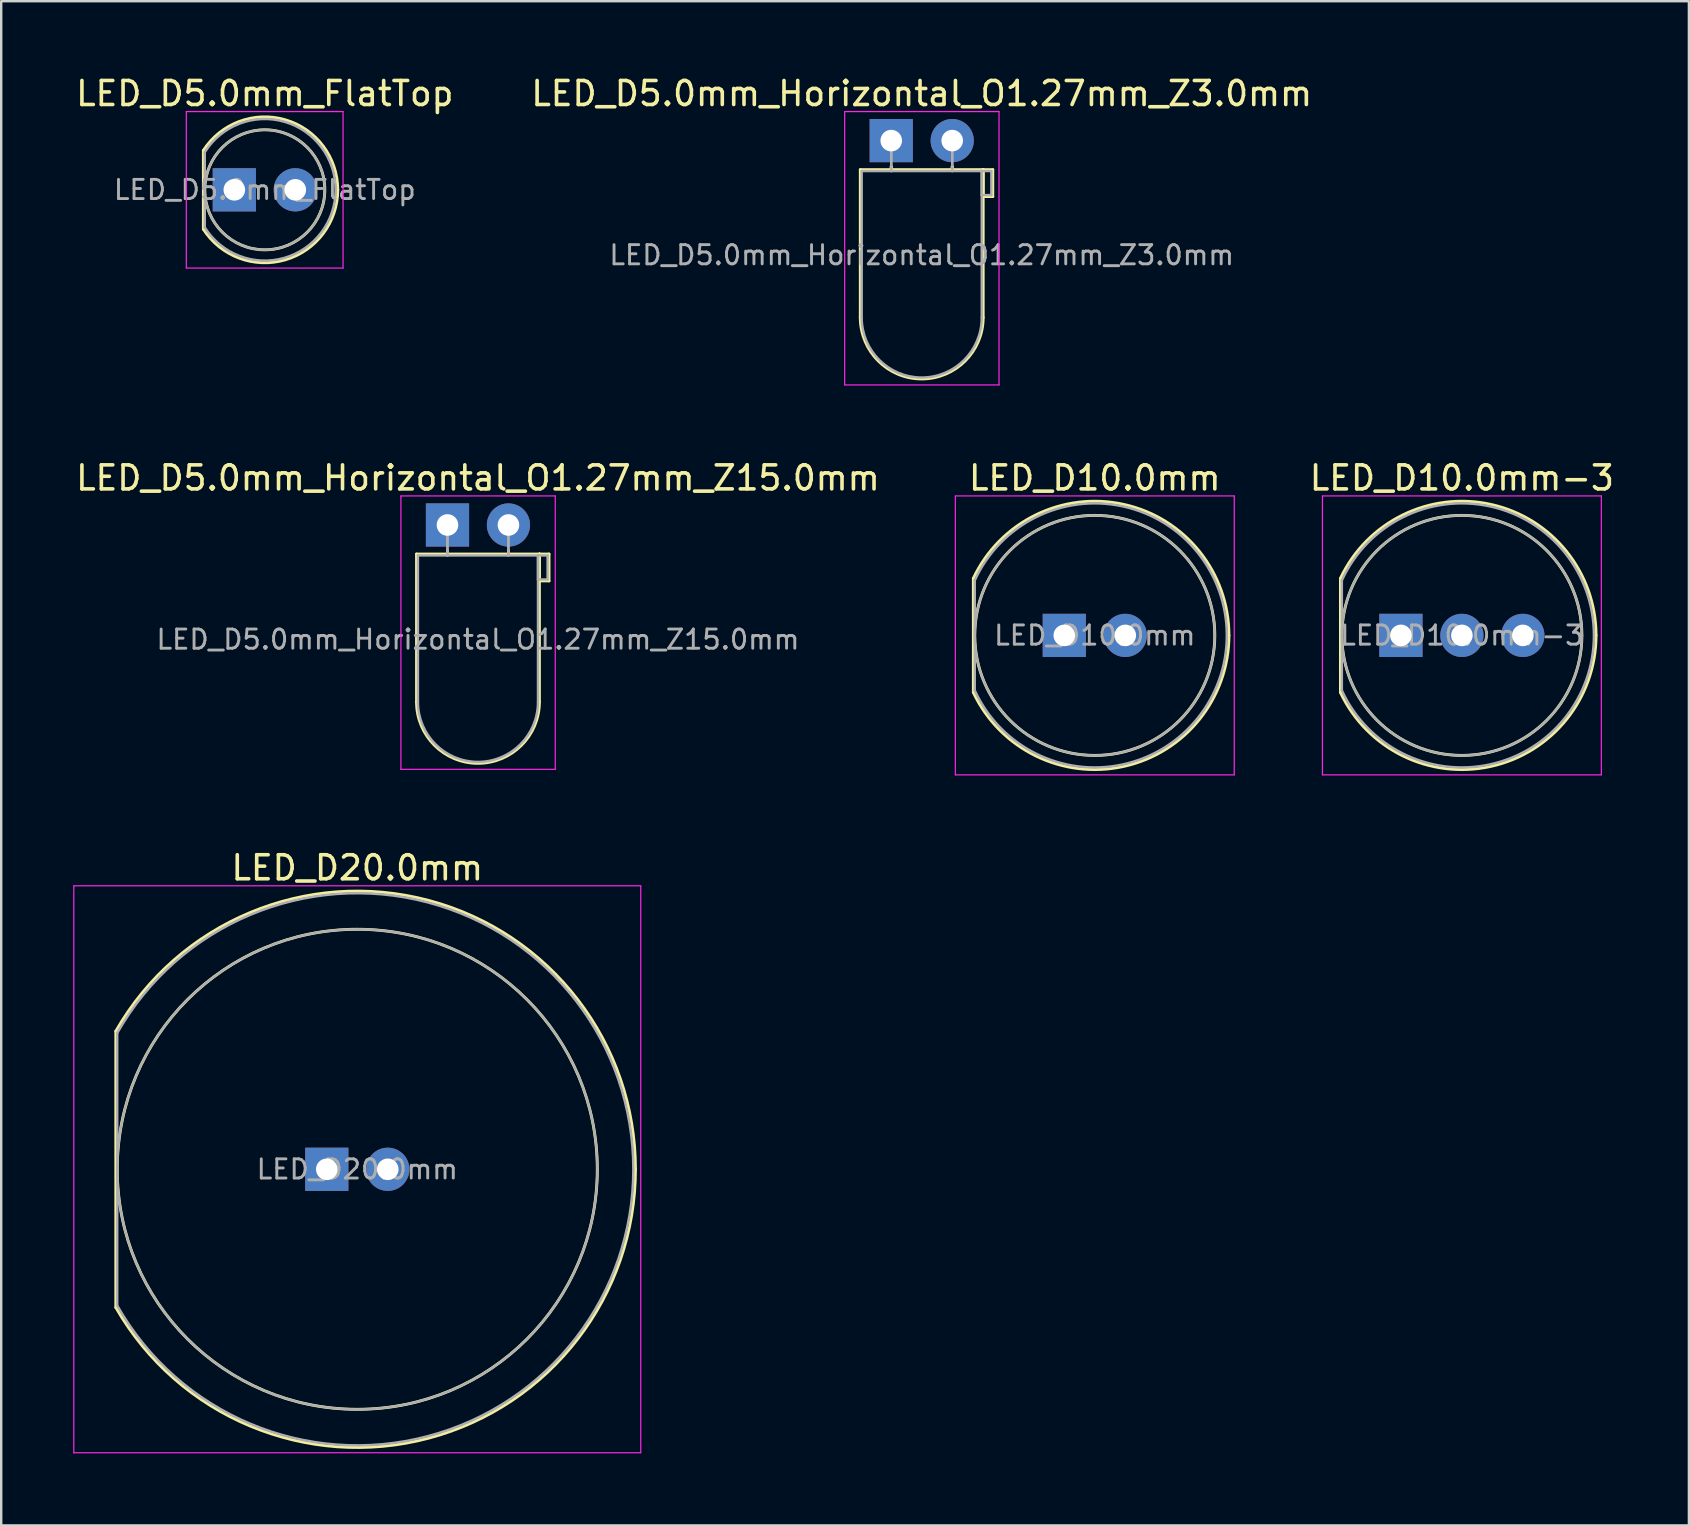
<source format=kicad_pcb>
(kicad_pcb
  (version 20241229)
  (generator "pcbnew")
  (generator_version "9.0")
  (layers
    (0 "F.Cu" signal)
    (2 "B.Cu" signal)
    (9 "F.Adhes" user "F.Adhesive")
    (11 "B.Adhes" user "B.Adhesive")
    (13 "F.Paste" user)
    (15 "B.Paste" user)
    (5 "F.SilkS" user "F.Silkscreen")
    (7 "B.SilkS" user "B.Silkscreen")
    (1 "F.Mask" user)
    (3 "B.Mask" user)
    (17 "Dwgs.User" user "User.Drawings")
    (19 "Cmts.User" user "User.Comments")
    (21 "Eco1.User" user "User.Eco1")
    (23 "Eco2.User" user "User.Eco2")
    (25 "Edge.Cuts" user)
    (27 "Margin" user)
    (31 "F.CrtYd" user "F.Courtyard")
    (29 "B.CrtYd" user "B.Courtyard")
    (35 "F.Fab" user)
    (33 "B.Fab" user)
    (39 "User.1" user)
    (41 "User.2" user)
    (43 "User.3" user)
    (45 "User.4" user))
  (footprint "LED_D5.0mm_Horizontal_O1.27mm_Z15.0mm"
    (layer "F.Cu")
    (at 15.593 18.822)
    (property "Reference" "LED_D5.0mm_Horizontal_O1.27mm_Z15.0mm" (at 1.27 -1.96 0) (layer "F.SilkS") (effects (font (size 1 1) (thickness 0.15))))
    (attr through_hole)
    (fp_line (start -1.29 1.21) (end -1.29 7.37) (stroke (width 0.12) (type solid)) (layer "F.SilkS"))
    (fp_line (start -1.29 1.21) (end 3.83 1.21) (stroke (width 0.12) (type solid)) (layer "F.SilkS"))
    (fp_line (start 0 1.08) (end 0 1.21) (stroke (width 0.12) (type solid)) (layer "F.SilkS"))
    (fp_line (start 0 1.21) (end 0 1.08) (stroke (width 0.12) (type solid)) (layer "F.SilkS"))
    (fp_line (start 2.54 1.08) (end 2.54 1.21) (stroke (width 0.12) (type solid)) (layer "F.SilkS"))
    (fp_line (start 2.54 1.21) (end 2.54 1.08) (stroke (width 0.12) (type solid)) (layer "F.SilkS"))
    (fp_line (start 3.83 1.21) (end 3.83 7.37) (stroke (width 0.12) (type solid)) (layer "F.SilkS"))
    (fp_line (start 3.83 1.21) (end 4.23 1.21) (stroke (width 0.12) (type solid)) (layer "F.SilkS"))
    (fp_line (start 3.83 2.33) (end 3.83 1.21) (stroke (width 0.12) (type solid)) (layer "F.SilkS"))
    (fp_line (start 4.23 1.21) (end 4.23 2.33) (stroke (width 0.12) (type solid)) (layer "F.SilkS"))
    (fp_line (start 4.23 2.33) (end 3.83 2.33) (stroke (width 0.12) (type solid)) (layer "F.SilkS"))
    (fp_arc (start 3.83 7.37) (mid 1.27 9.93) (end -1.29 7.37) (stroke (width 0.12) (type solid)) (layer "F.SilkS"))
    (fp_line (start -1.94 -1.21) (end -1.94 10.18) (stroke (width 0.05) (type solid)) (layer "F.CrtYd"))
    (fp_line (start -1.94 10.18) (end 4.49 10.18) (stroke (width 0.05) (type solid)) (layer "F.CrtYd"))
    (fp_line (start 4.49 -1.21) (end -1.94 -1.21) (stroke (width 0.05) (type solid)) (layer "F.CrtYd"))
    (fp_line (start 4.49 10.18) (end 4.49 -1.21) (stroke (width 0.05) (type solid)) (layer "F.CrtYd"))
    (fp_line (start -1.23 1.27) (end -1.23 7.37) (stroke (width 0.1) (type solid)) (layer "F.Fab"))
    (fp_line (start -1.23 1.27) (end 3.77 1.27) (stroke (width 0.1) (type solid)) (layer "F.Fab"))
    (fp_line (start 0 0) (end 0 1.27) (stroke (width 0.1) (type solid)) (layer "F.Fab"))
    (fp_line (start 0 1.27) (end 0 0) (stroke (width 0.1) (type solid)) (layer "F.Fab"))
    (fp_line (start 2.54 0) (end 2.54 1.27) (stroke (width 0.1) (type solid)) (layer "F.Fab"))
    (fp_line (start 2.54 1.27) (end 2.54 0) (stroke (width 0.1) (type solid)) (layer "F.Fab"))
    (fp_line (start 3.77 1.27) (end 3.77 7.37) (stroke (width 0.1) (type solid)) (layer "F.Fab"))
    (fp_line (start 3.77 1.27) (end 4.17 1.27) (stroke (width 0.1) (type solid)) (layer "F.Fab"))
    (fp_line (start 3.77 2.27) (end 3.77 1.27) (stroke (width 0.1) (type solid)) (layer "F.Fab"))
    (fp_line (start 4.17 1.27) (end 4.17 2.27) (stroke (width 0.1) (type solid)) (layer "F.Fab"))
    (fp_line (start 4.17 2.27) (end 3.77 2.27) (stroke (width 0.1) (type solid)) (layer "F.Fab"))
    (fp_arc (start 3.77 7.37) (mid 1.27 9.87) (end -1.23 7.37) (stroke (width 0.1) (type solid)) (layer "F.Fab"))
    (fp_text user "${REFERENCE}" (at 1.27 4.77 0) (layer "F.Fab") (effects (font (size 0.8 0.8) (thickness 0.12))))
    (pad "1" thru_hole rect (at 0 0) (size 1.8 1.8) (drill 0.9) (layers "*.Cu" "*.Mask"))
    (pad "2" thru_hole circle (at 2.54 0) (size 1.8 1.8) (drill 0.9) (layers "*.Cu" "*.Mask")))
  (footprint "LED_D10.0mm"
    (layer "F.Cu")
    (at 41.291 23.422)
    (property "Reference" "LED_D10.0mm" (at 1.27 -6.56 0) (layer "F.SilkS") (effects (font (size 1 1) (thickness 0.15))))
    (attr through_hole)
    (fp_line (start -3.79 -2.376) (end -3.79 2.376) (stroke (width 0.12) (type solid)) (layer "F.SilkS"))
    (fp_arc (start -3.79 -2.375816) (mid 2.487107 -5.455891) (end 6.86 0) (stroke (width 0.12) (type solid)) (layer "F.SilkS"))
    (fp_arc (start 6.86 0) (mid 2.487107 5.455891) (end -3.79 2.375816) (stroke (width 0.12) (type solid)) (layer "F.SilkS"))
    (fp_circle (center 1.27 0) (end 6.27 0) (stroke (width 0.12) (type solid)) (fill no) (layer "F.SilkS"))
    (fp_line (start -4.54 -5.81) (end -4.54 5.81) (stroke (width 0.05) (type solid)) (layer "F.CrtYd"))
    (fp_line (start -4.54 5.81) (end 7.08 5.81) (stroke (width 0.05) (type solid)) (layer "F.CrtYd"))
    (fp_line (start 7.08 -5.81) (end -4.54 -5.81) (stroke (width 0.05) (type solid)) (layer "F.CrtYd"))
    (fp_line (start 7.08 5.81) (end 7.08 -5.81) (stroke (width 0.05) (type solid)) (layer "F.CrtYd"))
    (fp_line (start -3.73 -2.291) (end -3.73 2.291) (stroke (width 0.1) (type solid)) (layer "F.Fab"))
    (fp_arc (start -3.73 -2.291288) (mid 6.77 0) (end -3.73 2.291288) (stroke (width 0.1) (type solid)) (layer "F.Fab"))
    (fp_circle (center 1.27 0) (end 6.27 0) (stroke (width 0.1) (type solid)) (fill no) (layer "F.Fab"))
    (fp_text user "${REFERENCE}" (at 1.27 0 0) (layer "F.Fab") (effects (font (size 0.8 0.8) (thickness 0.12))))
    (pad "1" thru_hole rect (at 0 0) (size 1.8 1.8) (drill 0.9) (layers "*.Cu" "*.Mask"))
    (pad "2" thru_hole circle (at 2.54 0) (size 1.8 1.8) (drill 0.9) (layers "*.Cu" "*.Mask")))
  (footprint "LED_D5.0mm_FlatTop"
    (layer "F.Cu")
    (at 6.712 4.858)
    (property "Reference" "LED_D5.0mm_FlatTop" (at 1.27 -4.01 0) (layer "F.SilkS") (effects (font (size 1 1) (thickness 0.15))))
    (attr through_hole)
    (fp_line (start -1.29 -1.64) (end -1.29 1.64) (stroke (width 0.12) (type solid)) (layer "F.SilkS"))
    (fp_arc (start -1.29 -1.639512) (mid 2.124166 -2.917533) (end 4.31 0) (stroke (width 0.12) (type solid)) (layer "F.SilkS"))
    (fp_arc (start 4.31 0) (mid 2.124166 2.917533) (end -1.29 1.639512) (stroke (width 0.12) (type solid)) (layer "F.SilkS"))
    (fp_circle (center 1.27 0) (end 3.77 0) (stroke (width 0.12) (type solid)) (fill no) (layer "F.SilkS"))
    (fp_line (start -2 -3.26) (end -2 3.26) (stroke (width 0.05) (type solid)) (layer "F.CrtYd"))
    (fp_line (start -2 3.26) (end 4.53 3.26) (stroke (width 0.05) (type solid)) (layer "F.CrtYd"))
    (fp_line (start 4.53 -3.26) (end -2 -3.26) (stroke (width 0.05) (type solid)) (layer "F.CrtYd"))
    (fp_line (start 4.53 3.26) (end 4.53 -3.26) (stroke (width 0.05) (type solid)) (layer "F.CrtYd"))
    (fp_line (start -1.23 -1.566) (end -1.23 1.566) (stroke (width 0.1) (type solid)) (layer "F.Fab"))
    (fp_arc (start -1.23 -1.566046) (mid 4.22 0) (end -1.23 1.566046) (stroke (width 0.1) (type solid)) (layer "F.Fab"))
    (fp_circle (center 1.27 0) (end 3.77 0) (stroke (width 0.1) (type solid)) (fill no) (layer "F.Fab"))
    (fp_text user "${REFERENCE}" (at 1.27 0 0) (layer "F.Fab") (effects (font (size 0.8 0.8) (thickness 0.12))))
    (pad "1" thru_hole rect (at 0 0) (size 1.8 1.8) (drill 0.9) (layers "*.Cu" "*.Mask"))
    (pad "2" thru_hole circle (at 2.54 0) (size 1.8 1.8) (drill 0.9) (layers "*.Cu" "*.Mask")))
  (footprint "LED_D20.0mm"
    (layer "F.Cu")
    (at 10.565 45.665)
    (property "Reference" "LED_D20.0mm" (at 1.27 -12.56 0) (layer "F.SilkS") (effects (font (size 1 1) (thickness 0.15))))
    (attr through_hole)
    (fp_line (start -8.79 -5.755) (end -8.79 5.755) (stroke (width 0.12) (type solid)) (layer "F.SilkS"))
    (fp_arc (start -8.79 -5.755389) (mid 4.247642 -11.200971) (end 12.86 0) (stroke (width 0.12) (type solid)) (layer "F.SilkS"))
    (fp_arc (start 12.86 0) (mid 4.247642 11.200971) (end -8.79 5.755389) (stroke (width 0.12) (type solid)) (layer "F.SilkS"))
    (fp_circle (center 1.27 0) (end 11.27 0) (stroke (width 0.12) (type solid)) (fill no) (layer "F.SilkS"))
    (fp_line (start -10.54 -11.81) (end -10.54 11.81) (stroke (width 0.05) (type solid)) (layer "F.CrtYd"))
    (fp_line (start -10.54 11.81) (end 13.08 11.81) (stroke (width 0.05) (type solid)) (layer "F.CrtYd"))
    (fp_line (start 13.08 -11.81) (end -10.54 -11.81) (stroke (width 0.05) (type solid)) (layer "F.CrtYd"))
    (fp_line (start 13.08 11.81) (end 13.08 -11.81) (stroke (width 0.05) (type solid)) (layer "F.CrtYd"))
    (fp_line (start -8.73 -5.679) (end -8.73 5.679) (stroke (width 0.1) (type solid)) (layer "F.Fab"))
    (fp_arc (start -8.73 -5.678908) (mid 12.77 0) (end -8.73 5.678908) (stroke (width 0.1) (type solid)) (layer "F.Fab"))
    (fp_circle (center 1.27 0) (end 11.27 0) (stroke (width 0.1) (type solid)) (fill no) (layer "F.Fab"))
    (fp_text user "${REFERENCE}" (at 1.27 0 0) (layer "F.Fab") (effects (font (size 0.8 0.8) (thickness 0.12))))
    (pad "1" thru_hole rect (at 0 0) (size 1.8 1.8) (drill 0.9) (layers "*.Cu" "*.Mask"))
    (pad "2" thru_hole circle (at 2.54 0) (size 1.8 1.8) (drill 0.9) (layers "*.Cu" "*.Mask")))
  (footprint "LED_D10.0mm-3"
    (layer "F.Cu")
    (at 55.315 23.422)
    (property "Reference" "LED_D10.0mm-3" (at 2.54 -6.56 0) (layer "F.SilkS") (effects (font (size 1 1) (thickness 0.15))))
    (attr through_hole)
    (fp_line (start -2.52 -2.376) (end -2.52 2.376) (stroke (width 0.12) (type solid)) (layer "F.SilkS"))
    (fp_arc (start -2.52 -2.375816) (mid 3.757107 -5.455891) (end 8.13 0) (stroke (width 0.12) (type solid)) (layer "F.SilkS"))
    (fp_arc (start 8.13 0) (mid 3.757107 5.455891) (end -2.52 2.375816) (stroke (width 0.12) (type solid)) (layer "F.SilkS"))
    (fp_circle (center 2.54 0) (end 7.54 0) (stroke (width 0.12) (type solid)) (fill no) (layer "F.SilkS"))
    (fp_line (start -3.27 -5.81) (end -3.27 5.81) (stroke (width 0.05) (type solid)) (layer "F.CrtYd"))
    (fp_line (start -3.27 5.81) (end 8.35 5.81) (stroke (width 0.05) (type solid)) (layer "F.CrtYd"))
    (fp_line (start 8.35 -5.81) (end -3.27 -5.81) (stroke (width 0.05) (type solid)) (layer "F.CrtYd"))
    (fp_line (start 8.35 5.81) (end 8.35 -5.81) (stroke (width 0.05) (type solid)) (layer "F.CrtYd"))
    (fp_line (start -2.46 -2.291) (end -2.46 2.291) (stroke (width 0.1) (type solid)) (layer "F.Fab"))
    (fp_arc (start -2.46 -2.291288) (mid 8.04 0) (end -2.46 2.291288) (stroke (width 0.1) (type solid)) (layer "F.Fab"))
    (fp_circle (center 2.54 0) (end 7.54 0) (stroke (width 0.1) (type solid)) (fill no) (layer "F.Fab"))
    (fp_text user "${REFERENCE}" (at 2.54 0 0) (layer "F.Fab") (effects (font (size 0.8 0.8) (thickness 0.12))))
    (pad "1" thru_hole rect (at 0 0) (size 1.8 1.8) (drill 0.9) (layers "*.Cu" "*.Mask"))
    (pad "2" thru_hole circle (at 2.54 0) (size 1.8 1.8) (drill 0.9) (layers "*.Cu" "*.Mask"))
    (pad "3" thru_hole circle (at 5.08 0) (size 1.8 1.8) (drill 0.9) (layers "*.Cu" "*.Mask")))
  (footprint "LED_D5.0mm_Horizontal_O1.27mm_Z3.0mm"
    (layer "F.Cu")
    (at 34.081 2.808)
    (property "Reference" "LED_D5.0mm_Horizontal_O1.27mm_Z3.0mm" (at 1.27 -1.96 0) (layer "F.SilkS") (effects (font (size 1 1) (thickness 0.15))))
    (attr through_hole)
    (fp_line (start -1.29 1.21) (end -1.29 7.37) (stroke (width 0.12) (type solid)) (layer "F.SilkS"))
    (fp_line (start -1.29 1.21) (end 3.83 1.21) (stroke (width 0.12) (type solid)) (layer "F.SilkS"))
    (fp_line (start 0 1.08) (end 0 1.21) (stroke (width 0.12) (type solid)) (layer "F.SilkS"))
    (fp_line (start 0 1.21) (end 0 1.08) (stroke (width 0.12) (type solid)) (layer "F.SilkS"))
    (fp_line (start 2.54 1.08) (end 2.54 1.21) (stroke (width 0.12) (type solid)) (layer "F.SilkS"))
    (fp_line (start 2.54 1.21) (end 2.54 1.08) (stroke (width 0.12) (type solid)) (layer "F.SilkS"))
    (fp_line (start 3.83 1.21) (end 3.83 7.37) (stroke (width 0.12) (type solid)) (layer "F.SilkS"))
    (fp_line (start 3.83 1.21) (end 4.23 1.21) (stroke (width 0.12) (type solid)) (layer "F.SilkS"))
    (fp_line (start 3.83 2.33) (end 3.83 1.21) (stroke (width 0.12) (type solid)) (layer "F.SilkS"))
    (fp_line (start 4.23 1.21) (end 4.23 2.33) (stroke (width 0.12) (type solid)) (layer "F.SilkS"))
    (fp_line (start 4.23 2.33) (end 3.83 2.33) (stroke (width 0.12) (type solid)) (layer "F.SilkS"))
    (fp_arc (start 3.83 7.37) (mid 1.27 9.93) (end -1.29 7.37) (stroke (width 0.12) (type solid)) (layer "F.SilkS"))
    (fp_line (start -1.94 -1.21) (end -1.94 10.18) (stroke (width 0.05) (type solid)) (layer "F.CrtYd"))
    (fp_line (start -1.94 10.18) (end 4.49 10.18) (stroke (width 0.05) (type solid)) (layer "F.CrtYd"))
    (fp_line (start 4.49 -1.21) (end -1.94 -1.21) (stroke (width 0.05) (type solid)) (layer "F.CrtYd"))
    (fp_line (start 4.49 10.18) (end 4.49 -1.21) (stroke (width 0.05) (type solid)) (layer "F.CrtYd"))
    (fp_line (start -1.23 1.27) (end -1.23 7.37) (stroke (width 0.1) (type solid)) (layer "F.Fab"))
    (fp_line (start -1.23 1.27) (end 3.77 1.27) (stroke (width 0.1) (type solid)) (layer "F.Fab"))
    (fp_line (start 0 0) (end 0 1.27) (stroke (width 0.1) (type solid)) (layer "F.Fab"))
    (fp_line (start 0 1.27) (end 0 0) (stroke (width 0.1) (type solid)) (layer "F.Fab"))
    (fp_line (start 2.54 0) (end 2.54 1.27) (stroke (width 0.1) (type solid)) (layer "F.Fab"))
    (fp_line (start 2.54 1.27) (end 2.54 0) (stroke (width 0.1) (type solid)) (layer "F.Fab"))
    (fp_line (start 3.77 1.27) (end 3.77 7.37) (stroke (width 0.1) (type solid)) (layer "F.Fab"))
    (fp_line (start 3.77 1.27) (end 4.17 1.27) (stroke (width 0.1) (type solid)) (layer "F.Fab"))
    (fp_line (start 3.77 2.27) (end 3.77 1.27) (stroke (width 0.1) (type solid)) (layer "F.Fab"))
    (fp_line (start 4.17 1.27) (end 4.17 2.27) (stroke (width 0.1) (type solid)) (layer "F.Fab"))
    (fp_line (start 4.17 2.27) (end 3.77 2.27) (stroke (width 0.1) (type solid)) (layer "F.Fab"))
    (fp_arc (start 3.77 7.37) (mid 1.27 9.87) (end -1.23 7.37) (stroke (width 0.1) (type solid)) (layer "F.Fab"))
    (fp_text user "${REFERENCE}" (at 1.27 4.77 0) (layer "F.Fab") (effects (font (size 0.8 0.8) (thickness 0.12))))
    (pad "1" thru_hole rect (at 0 0) (size 1.8 1.8) (drill 0.9) (layers "*.Cu" "*.Mask"))
    (pad "2" thru_hole circle (at 2.54 0) (size 1.8 1.8) (drill 0.9) (layers "*.Cu" "*.Mask")))
  (gr_rect
    (start -3 -3)
    (end 67.313 60.5)
    (stroke (width 0.1) (type default))
    (fill no)
    (layer "Edge.Cuts")))
</source>
